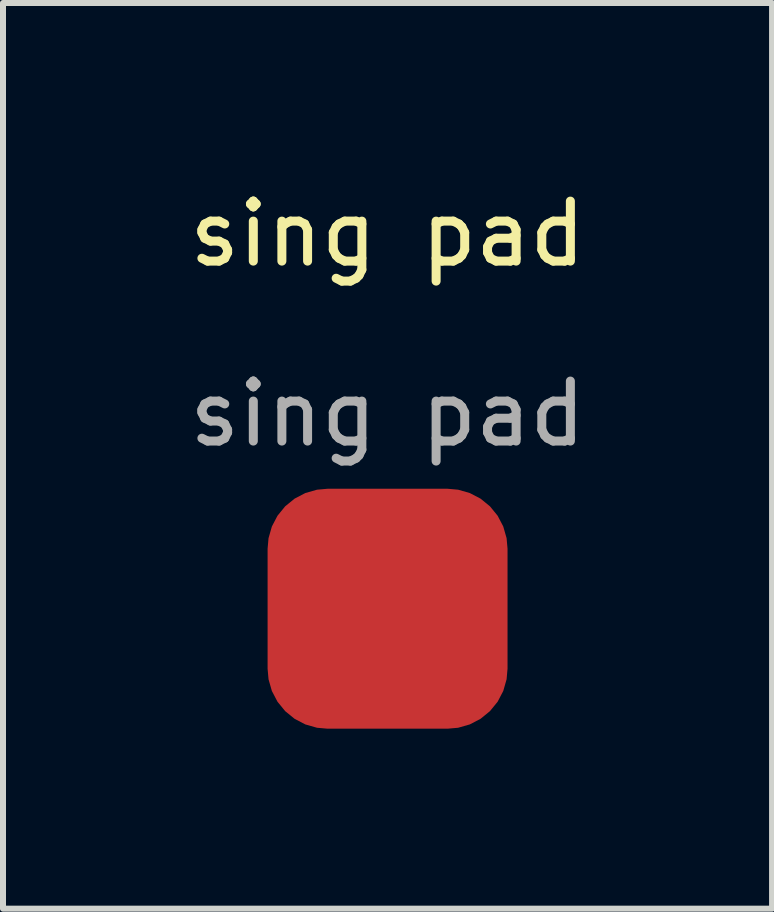
<source format=kicad_pcb>
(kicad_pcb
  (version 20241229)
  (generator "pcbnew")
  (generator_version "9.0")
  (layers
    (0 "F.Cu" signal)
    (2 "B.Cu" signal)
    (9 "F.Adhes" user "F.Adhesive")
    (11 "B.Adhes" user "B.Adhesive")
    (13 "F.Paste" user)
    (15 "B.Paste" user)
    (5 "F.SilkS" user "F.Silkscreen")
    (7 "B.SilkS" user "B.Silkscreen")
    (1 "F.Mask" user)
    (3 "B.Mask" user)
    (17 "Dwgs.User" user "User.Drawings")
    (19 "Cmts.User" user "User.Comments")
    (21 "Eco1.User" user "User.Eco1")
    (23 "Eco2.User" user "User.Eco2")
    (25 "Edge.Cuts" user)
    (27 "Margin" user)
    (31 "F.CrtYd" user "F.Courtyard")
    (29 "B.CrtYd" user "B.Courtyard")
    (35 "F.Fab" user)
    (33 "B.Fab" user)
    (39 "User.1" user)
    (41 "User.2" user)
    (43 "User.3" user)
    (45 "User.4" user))
  (footprint "sing pad"
    (layer "F.Cu")
    (at 3.411 7.098)
    (property "Reference" "sing pad" (at 0 -6.25 0) (unlocked yes) (layer "F.SilkS") (effects (font (size 1 1) (thickness 0.15))))
    (attr smd)
    (fp_text user "${REFERENCE}" (at 0 -3.25 0) (unlocked yes) (layer "F.Fab") (effects (font (size 1 1) (thickness 0.15))))
    (pad "1" smd roundrect (at 0 0) (size 4 4) (layers "F.Cu" "F.Mask" "F.Paste") (roundrect_rratio 0.25)))
  (gr_rect
    (start -3 -3)
    (end 9.821 12.098)
    (stroke (width 0.1) (type default))
    (fill no)
    (layer "Edge.Cuts")))
</source>
